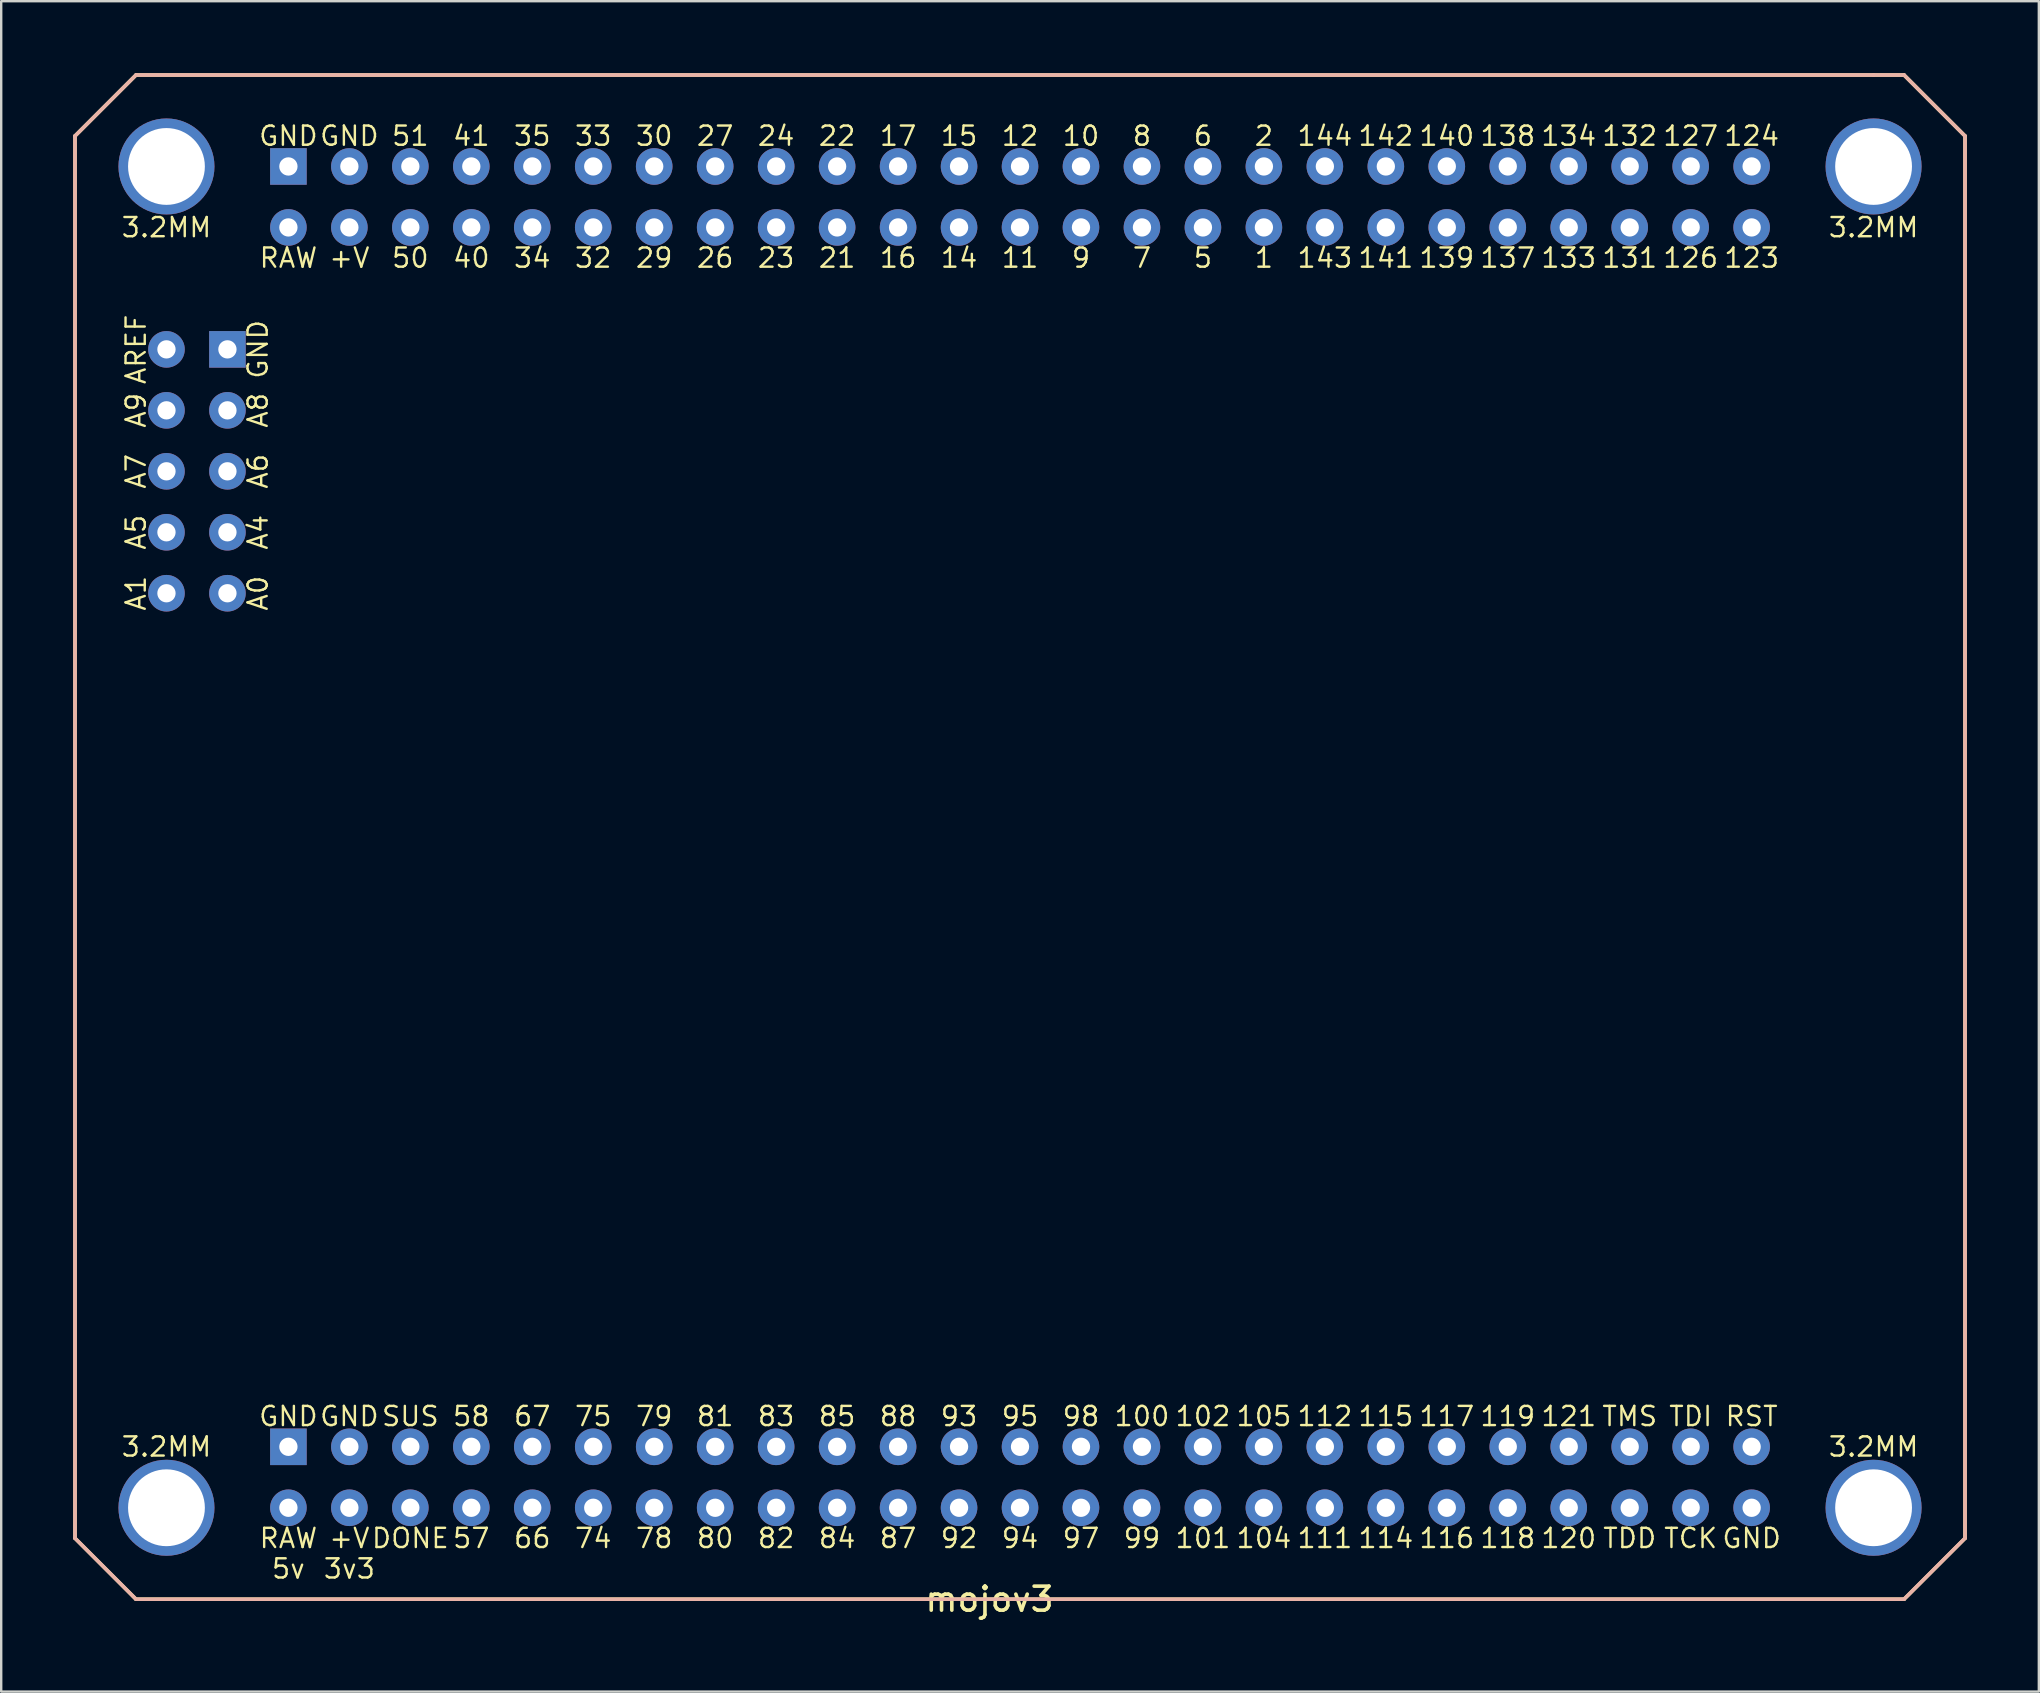
<source format=kicad_pcb>
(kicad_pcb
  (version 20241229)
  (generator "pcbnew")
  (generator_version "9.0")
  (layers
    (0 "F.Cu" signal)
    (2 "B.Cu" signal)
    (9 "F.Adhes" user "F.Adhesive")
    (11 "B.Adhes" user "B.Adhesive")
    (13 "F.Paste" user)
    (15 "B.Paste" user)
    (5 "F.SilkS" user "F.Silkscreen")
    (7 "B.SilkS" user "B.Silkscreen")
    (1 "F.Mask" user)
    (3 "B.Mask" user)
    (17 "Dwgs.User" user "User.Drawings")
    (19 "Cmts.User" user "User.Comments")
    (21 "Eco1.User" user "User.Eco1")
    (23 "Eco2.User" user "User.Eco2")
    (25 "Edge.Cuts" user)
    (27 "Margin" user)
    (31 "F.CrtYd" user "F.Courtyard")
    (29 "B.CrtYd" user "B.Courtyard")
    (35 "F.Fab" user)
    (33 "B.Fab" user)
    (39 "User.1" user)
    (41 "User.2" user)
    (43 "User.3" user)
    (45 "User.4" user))
  (footprint "mojov3"
    (layer "F.Cu")
    (at 38.175 25.475)
    (property "Reference" "mojov3" (at 0 38.1 0) (layer "F.SilkS") (effects (font (size 1 1) (thickness 0.15))))
    (attr through_hole)
    (fp_line (start -38.1 -22.86) (end -38.1 35.56) (stroke (width 0.15) (type solid)) (layer "F.SilkS"))
    (fp_line (start -38.1 -22.86) (end -35.56 -25.4) (stroke (width 0.15) (type solid)) (layer "F.SilkS"))
    (fp_line (start -38.1 35.56) (end -35.56 38.1) (stroke (width 0.15) (type solid)) (layer "F.SilkS"))
    (fp_line (start -35.56 -25.4) (end 36.83 -25.4) (stroke (width 0.15) (type solid)) (layer "F.SilkS"))
    (fp_line (start -35.56 38.1) (end 38.1 38.1) (stroke (width 0.15) (type solid)) (layer "F.SilkS"))
    (fp_line (start 36.83 -25.4) (end 38.1 -25.4) (stroke (width 0.15) (type solid)) (layer "F.SilkS"))
    (fp_line (start 38.1 -25.4) (end 40.64 -22.86) (stroke (width 0.15) (type solid)) (layer "F.SilkS"))
    (fp_line (start 40.64 -22.86) (end 40.64 35.56) (stroke (width 0.15) (type solid)) (layer "F.SilkS"))
    (fp_line (start 40.64 35.56) (end 38.1 38.1) (stroke (width 0.15) (type solid)) (layer "F.SilkS"))
    (fp_line (start -38.1 -22.86) (end -38.1 35.56) (stroke (width 0.15) (type solid)) (layer "B.SilkS"))
    (fp_line (start -38.1 -22.86) (end -35.56 -25.4) (stroke (width 0.15) (type solid)) (layer "B.SilkS"))
    (fp_line (start -38.1 35.56) (end -35.56 38.1) (stroke (width 0.15) (type solid)) (layer "B.SilkS"))
    (fp_line (start -35.56 -25.4) (end 36.83 -25.4) (stroke (width 0.15) (type solid)) (layer "B.SilkS"))
    (fp_line (start -35.56 38.1) (end 38.1 38.1) (stroke (width 0.15) (type solid)) (layer "B.SilkS"))
    (fp_line (start 36.83 -25.4) (end 38.1 -25.4) (stroke (width 0.15) (type solid)) (layer "B.SilkS"))
    (fp_line (start 38.1 -25.4) (end 40.64 -22.86) (stroke (width 0.15) (type solid)) (layer "B.SilkS"))
    (fp_line (start 40.64 -22.86) (end 40.64 35.56) (stroke (width 0.15) (type solid)) (layer "B.SilkS"))
    (fp_line (start 40.64 35.56) (end 38.1 38.1) (stroke (width 0.15) (type solid)) (layer "B.SilkS"))
    (fp_text user "94" (at 1.27 35.56 0) (layer "F.SilkS") (effects (font (size 0.8 0.8) (thickness 0.1))))
    (fp_text user "40" (at -21.59 -17.78 0) (layer "F.SilkS") (effects (font (size 0.8 0.8) (thickness 0.1))))
    (fp_text user "TDI" (at 29.21 30.48 0) (layer "F.SilkS") (effects (font (size 0.8 0.8) (thickness 0.1))))
    (fp_text user "115" (at 16.51 30.48 0) (layer "F.SilkS") (effects (font (size 0.8 0.8) (thickness 0.1))))
    (fp_text user "93" (at -1.27 30.48 0) (layer "F.SilkS") (effects (font (size 0.8 0.8) (thickness 0.1))))
    (fp_text user "104" (at 11.43 35.56 0) (layer "F.SilkS") (effects (font (size 0.8 0.8) (thickness 0.1))))
    (fp_text user "+V" (at -26.67 -17.78 0) (layer "F.SilkS") (effects (font (size 0.8 0.8) (thickness 0.1))))
    (fp_text user "GND" (at -29.21 30.48 0) (layer "F.SilkS") (effects (font (size 0.8 0.8) (thickness 0.1))))
    (fp_text user "A1" (at -35.56 -3.81 90) (layer "F.SilkS") (effects (font (size 0.8 0.8) (thickness 0.1))))
    (fp_text user "80" (at -11.43 35.56 0) (layer "F.SilkS") (effects (font (size 0.8 0.8) (thickness 0.1))))
    (fp_text user "TMS" (at 26.67 30.48 0) (layer "F.SilkS") (effects (font (size 0.8 0.8) (thickness 0.1))))
    (fp_text user "34" (at -19.05 -17.78 0) (layer "F.SilkS") (effects (font (size 0.8 0.8) (thickness 0.1))))
    (fp_text user "112" (at 13.97 30.48 0) (layer "F.SilkS") (effects (font (size 0.8 0.8) (thickness 0.1))))
    (fp_text user "50" (at -24.13 -17.78 0) (layer "F.SilkS") (effects (font (size 0.8 0.8) (thickness 0.1))))
    (fp_text user "138" (at 21.59 -22.86 0) (layer "F.SilkS") (effects (font (size 0.8 0.8) (thickness 0.1))))
    (fp_text user "88" (at -3.81 30.48 0) (layer "F.SilkS") (effects (font (size 0.8 0.8) (thickness 0.1))))
    (fp_text user "16" (at -3.81 -17.78 0) (layer "F.SilkS") (effects (font (size 0.8 0.8) (thickness 0.1))))
    (fp_text user "79" (at -13.97 30.48 0) (layer "F.SilkS") (effects (font (size 0.8 0.8) (thickness 0.1))))
    (fp_text user "+V" (at -26.67 35.56 0) (layer "F.SilkS") (effects (font (size 0.8 0.8) (thickness 0.1))))
    (fp_text user "67" (at -19.05 30.48 0) (layer "F.SilkS") (effects (font (size 0.8 0.8) (thickness 0.1))))
    (fp_text user "3v3" (at -26.67 36.83 0) (layer "F.SilkS") (effects (font (size 0.8 0.8) (thickness 0.1))))
    (fp_text user "3.2MM" (at 36.83 31.75 0) (layer "F.SilkS") (effects (font (size 0.8 0.8) (thickness 0.1))))
    (fp_text user "14" (at -1.27 -17.78 0) (layer "F.SilkS") (effects (font (size 0.8 0.8) (thickness 0.1))))
    (fp_text user "A5" (at -35.56 -6.35 90) (layer "F.SilkS") (effects (font (size 0.8 0.8) (thickness 0.1))))
    (fp_text user "51" (at -24.13 -22.86 0) (layer "F.SilkS") (effects (font (size 0.8 0.8) (thickness 0.1))))
    (fp_text user "82" (at -8.89 35.56 0) (layer "F.SilkS") (effects (font (size 0.8 0.8) (thickness 0.1))))
    (fp_text user "GND" (at -26.67 30.48 0) (layer "F.SilkS") (effects (font (size 0.8 0.8) (thickness 0.1))))
    (fp_text user "27" (at -11.43 -22.86 0) (layer "F.SilkS") (effects (font (size 0.8 0.8) (thickness 0.1))))
    (fp_text user "57" (at -21.59 35.56 0) (layer "F.SilkS") (effects (font (size 0.8 0.8) (thickness 0.1))))
    (fp_text user "GND" (at 31.75 35.56 0) (layer "F.SilkS") (effects (font (size 0.8 0.8) (thickness 0.1))))
    (fp_text user "66" (at -19.05 35.56 0) (layer "F.SilkS") (effects (font (size 0.8 0.8) (thickness 0.1))))
    (fp_text user "RAW" (at -29.21 35.56 0) (layer "F.SilkS") (effects (font (size 0.8 0.8) (thickness 0.1))))
    (fp_text user "17" (at -3.81 -22.86 0) (layer "F.SilkS") (effects (font (size 0.8 0.8) (thickness 0.1))))
    (fp_text user "35" (at -19.05 -22.86 0) (layer "F.SilkS") (effects (font (size 0.8 0.8) (thickness 0.1))))
    (fp_text user "24" (at -8.89 -22.86 0) (layer "F.SilkS") (effects (font (size 0.8 0.8) (thickness 0.1))))
    (fp_text user "133" (at 24.13 -17.78 0) (layer "F.SilkS") (effects (font (size 0.8 0.8) (thickness 0.1))))
    (fp_text user "3.2MM" (at -34.29 -19.05 0) (layer "F.SilkS") (effects (font (size 0.8 0.8) (thickness 0.1))))
    (fp_text user "GND" (at -29.21 -22.86 0) (layer "F.SilkS") (effects (font (size 0.8 0.8) (thickness 0.1))))
    (fp_text user "7" (at 6.35 -17.78 0) (layer "F.SilkS") (effects (font (size 0.8 0.8) (thickness 0.1))))
    (fp_text user "144" (at 13.97 -22.86 0) (layer "F.SilkS") (effects (font (size 0.8 0.8) (thickness 0.1))))
    (fp_text user "81" (at -11.43 30.48 0) (layer "F.SilkS") (effects (font (size 0.8 0.8) (thickness 0.1))))
    (fp_text user "131" (at 26.67 -17.78 0) (layer "F.SilkS") (effects (font (size 0.8 0.8) (thickness 0.1))))
    (fp_text user "101" (at 8.89 35.56 0) (layer "F.SilkS") (effects (font (size 0.8 0.8) (thickness 0.1))))
    (fp_text user "132" (at 26.67 -22.86 0) (layer "F.SilkS") (effects (font (size 0.8 0.8) (thickness 0.1))))
    (fp_text user "6" (at 8.89 -22.86 0) (layer "F.SilkS") (effects (font (size 0.8 0.8) (thickness 0.1))))
    (fp_text user "A9" (at -35.56 -11.43 90) (layer "F.SilkS") (effects (font (size 0.8 0.8) (thickness 0.1))))
    (fp_text user "A4" (at -30.48 -6.35 90) (layer "F.SilkS") (effects (font (size 0.8 0.8) (thickness 0.1))))
    (fp_text user "8" (at 6.35 -22.86 0) (layer "F.SilkS") (effects (font (size 0.8 0.8) (thickness 0.1))))
    (fp_text user "15" (at -1.27 -22.86 0) (layer "F.SilkS") (effects (font (size 0.8 0.8) (thickness 0.1))))
    (fp_text user "GND" (at -26.67 -22.86 0) (layer "F.SilkS") (effects (font (size 0.8 0.8) (thickness 0.1))))
    (fp_text user "126" (at 29.21 -17.78 0) (layer "F.SilkS") (effects (font (size 0.8 0.8) (thickness 0.1))))
    (fp_text user "58" (at -21.59 30.48 0) (layer "F.SilkS") (effects (font (size 0.8 0.8) (thickness 0.1))))
    (fp_text user "RAW" (at -29.21 -17.78 0) (layer "F.SilkS") (effects (font (size 0.8 0.8) (thickness 0.1))))
    (fp_text user "121" (at 24.13 30.48 0) (layer "F.SilkS") (effects (font (size 0.8 0.8) (thickness 0.1))))
    (fp_text user "3.2MM" (at -34.29 31.75 0) (layer "F.SilkS") (effects (font (size 0.8 0.8) (thickness 0.1))))
    (fp_text user "33" (at -16.51 -22.86 0) (layer "F.SilkS") (effects (font (size 0.8 0.8) (thickness 0.1))))
    (fp_text user "100" (at 6.35 30.48 0) (layer "F.SilkS") (effects (font (size 0.8 0.8) (thickness 0.1))))
    (fp_text user "5" (at 8.89 -17.78 0) (layer "F.SilkS") (effects (font (size 0.8 0.8) (thickness 0.1))))
    (fp_text user "32" (at -16.51 -17.78 0) (layer "F.SilkS") (effects (font (size 0.8 0.8) (thickness 0.1))))
    (fp_text user "1" (at 11.43 -17.78 0) (layer "F.SilkS") (effects (font (size 0.8 0.8) (thickness 0.1))))
    (fp_text user "124" (at 31.75 -22.86 0) (layer "F.SilkS") (effects (font (size 0.8 0.8) (thickness 0.1))))
    (fp_text user "117" (at 19.05 30.48 0) (layer "F.SilkS") (effects (font (size 0.8 0.8) (thickness 0.1))))
    (fp_text user "119" (at 21.59 30.48 0) (layer "F.SilkS") (effects (font (size 0.8 0.8) (thickness 0.1))))
    (fp_text user "143" (at 13.97 -17.78 0) (layer "F.SilkS") (effects (font (size 0.8 0.8) (thickness 0.1))))
    (fp_text user "9" (at 3.81 -17.78 0) (layer "F.SilkS") (effects (font (size 0.8 0.8) (thickness 0.1))))
    (fp_text user "114" (at 16.51 35.56 0) (layer "F.SilkS") (effects (font (size 0.8 0.8) (thickness 0.1))))
    (fp_text user "DONE" (at -24.13 35.56 0) (layer "F.SilkS") (effects (font (size 0.8 0.8) (thickness 0.1))))
    (fp_text user "92" (at -1.27 35.56 0) (layer "F.SilkS") (effects (font (size 0.8 0.8) (thickness 0.1))))
    (fp_text user "23" (at -8.89 -17.78 0) (layer "F.SilkS") (effects (font (size 0.8 0.8) (thickness 0.1))))
    (fp_text user "74" (at -16.51 35.56 0) (layer "F.SilkS") (effects (font (size 0.8 0.8) (thickness 0.1))))
    (fp_text user "75" (at -16.51 30.48 0) (layer "F.SilkS") (effects (font (size 0.8 0.8) (thickness 0.1))))
    (fp_text user "127" (at 29.21 -22.86 0) (layer "F.SilkS") (effects (font (size 0.8 0.8) (thickness 0.1))))
    (fp_text user "3.2MM" (at 36.83 -19.05 0) (layer "F.SilkS") (effects (font (size 0.8 0.8) (thickness 0.1))))
    (fp_text user "111" (at 13.97 35.56 0) (layer "F.SilkS") (effects (font (size 0.8 0.8) (thickness 0.1))))
    (fp_text user "116" (at 19.05 35.56 0) (layer "F.SilkS") (effects (font (size 0.8 0.8) (thickness 0.1))))
    (fp_text user "5v" (at -29.21 36.83 0) (layer "F.SilkS") (effects (font (size 0.8 0.8) (thickness 0.1))))
    (fp_text user "83" (at -8.89 30.48 0) (layer "F.SilkS") (effects (font (size 0.8 0.8) (thickness 0.1))))
    (fp_text user "12" (at 1.27 -22.86 0) (layer "F.SilkS") (effects (font (size 0.8 0.8) (thickness 0.1))))
    (fp_text user "134" (at 24.13 -22.86 0) (layer "F.SilkS") (effects (font (size 0.8 0.8) (thickness 0.1))))
    (fp_text user "137" (at 21.59 -17.78 0) (layer "F.SilkS") (effects (font (size 0.8 0.8) (thickness 0.1))))
    (fp_text user "84" (at -6.35 35.56 0) (layer "F.SilkS") (effects (font (size 0.8 0.8) (thickness 0.1))))
    (fp_text user "22" (at -6.35 -22.86 0) (layer "F.SilkS") (effects (font (size 0.8 0.8) (thickness 0.1))))
    (fp_text user "85" (at -6.35 30.48 0) (layer "F.SilkS") (effects (font (size 0.8 0.8) (thickness 0.1))))
    (fp_text user "11" (at 1.27 -17.78 0) (layer "F.SilkS") (effects (font (size 0.8 0.8) (thickness 0.1))))
    (fp_text user "29" (at -13.97 -17.78 0) (layer "F.SilkS") (effects (font (size 0.8 0.8) (thickness 0.1))))
    (fp_text user "SUS" (at -24.13 30.48 0) (layer "F.SilkS") (effects (font (size 0.8 0.8) (thickness 0.1))))
    (fp_text user "102" (at 8.89 30.48 0) (layer "F.SilkS") (effects (font (size 0.8 0.8) (thickness 0.1))))
    (fp_text user "TDD" (at 26.67 35.56 0) (layer "F.SilkS") (effects (font (size 0.8 0.8) (thickness 0.1))))
    (fp_text user "87" (at -3.81 35.56 0) (layer "F.SilkS") (effects (font (size 0.8 0.8) (thickness 0.1))))
    (fp_text user "142" (at 16.51 -22.86 0) (layer "F.SilkS") (effects (font (size 0.8 0.8) (thickness 0.1))))
    (fp_text user "95" (at 1.27 30.48 0) (layer "F.SilkS") (effects (font (size 0.8 0.8) (thickness 0.1))))
    (fp_text user "26" (at -11.43 -17.78 0) (layer "F.SilkS") (effects (font (size 0.8 0.8) (thickness 0.1))))
    (fp_text user "41" (at -21.59 -22.86 0) (layer "F.SilkS") (effects (font (size 0.8 0.8) (thickness 0.1))))
    (fp_text user "78" (at -13.97 35.56 0) (layer "F.SilkS") (effects (font (size 0.8 0.8) (thickness 0.1))))
    (fp_text user "21" (at -6.35 -17.78 0) (layer "F.SilkS") (effects (font (size 0.8 0.8) (thickness 0.1))))
    (fp_text user "99" (at 6.35 35.56 0) (layer "F.SilkS") (effects (font (size 0.8 0.8) (thickness 0.1))))
    (fp_text user "139" (at 19.05 -17.78 0) (layer "F.SilkS") (effects (font (size 0.8 0.8) (thickness 0.1))))
    (fp_text user "98" (at 3.81 30.48 0) (layer "F.SilkS") (effects (font (size 0.8 0.8) (thickness 0.1))))
    (fp_text user "A6" (at -30.48 -8.89 90) (layer "F.SilkS") (effects (font (size 0.8 0.8) (thickness 0.1))))
    (fp_text user "140" (at 19.05 -22.86 0) (layer "F.SilkS") (effects (font (size 0.8 0.8) (thickness 0.1))))
    (fp_text user "2" (at 11.43 -22.86 0) (layer "F.SilkS") (effects (font (size 0.8 0.8) (thickness 0.1))))
    (fp_text user "123" (at 31.75 -17.78 0) (layer "F.SilkS") (effects (font (size 0.8 0.8) (thickness 0.1))))
    (fp_text user "120" (at 24.13 35.56 0) (layer "F.SilkS") (effects (font (size 0.8 0.8) (thickness 0.1))))
    (fp_text user "97" (at 3.81 35.56 0) (layer "F.SilkS") (effects (font (size 0.8 0.8) (thickness 0.1))))
    (fp_text user "RST" (at 31.75 30.48 0) (layer "F.SilkS") (effects (font (size 0.8 0.8) (thickness 0.1))))
    (fp_text user "GND" (at -30.48 -13.97 90) (layer "F.SilkS") (effects (font (size 0.8 0.8) (thickness 0.1))))
    (fp_text user "A8" (at -30.48 -11.43 90) (layer "F.SilkS") (effects (font (size 0.8 0.8) (thickness 0.1))))
    (fp_text user "AREF" (at -35.56 -13.97 90) (layer "F.SilkS") (effects (font (size 0.8 0.8) (thickness 0.1))))
    (fp_text user "A7" (at -35.56 -8.89 90) (layer "F.SilkS") (effects (font (size 0.8 0.8) (thickness 0.1))))
    (fp_text user "10" (at 3.81 -22.86 0) (layer "F.SilkS") (effects (font (size 0.8 0.8) (thickness 0.1))))
    (fp_text user "TCK" (at 29.21 35.56 0) (layer "F.SilkS") (effects (font (size 0.8 0.8) (thickness 0.1))))
    (fp_text user "141" (at 16.51 -17.78 0) (layer "F.SilkS") (effects (font (size 0.8 0.8) (thickness 0.1))))
    (fp_text user "A0" (at -30.48 -3.81 90) (layer "F.SilkS") (effects (font (size 0.8 0.8) (thickness 0.1))))
    (fp_text user "105" (at 11.43 30.48 0) (layer "F.SilkS") (effects (font (size 0.8 0.8) (thickness 0.1))))
    (fp_text user "30" (at -13.97 -22.86 0) (layer "F.SilkS") (effects (font (size 0.8 0.8) (thickness 0.1))))
    (fp_text user "118" (at 21.59 35.56 0) (layer "F.SilkS") (effects (font (size 0.8 0.8) (thickness 0.1))))
    (pad "+V" thru_hole circle (at -26.67 -19.05) (size 1.524 1.524) (drill 0.762) (layers "*.Cu" "*.Mask"))
    (pad "+V" thru_hole circle (at -26.67 34.29) (size 1.524 1.524) (drill 0.762) (layers "*.Cu" "*.Mask"))
    (pad "1" thru_hole circle (at 11.43 -19.05) (size 1.524 1.524) (drill 0.762) (layers "*.Cu" "*.Mask"))
    (pad "2" thru_hole circle (at 11.43 -21.59) (size 1.524 1.524) (drill 0.762) (layers "*.Cu" "*.Mask"))
    (pad "5" thru_hole circle (at 8.89 -19.05) (size 1.524 1.524) (drill 0.762) (layers "*.Cu" "*.Mask"))
    (pad "6" thru_hole circle (at 8.89 -21.59) (size 1.524 1.524) (drill 0.762) (layers "*.Cu" "*.Mask"))
    (pad "7" thru_hole circle (at 6.35 -19.05) (size 1.524 1.524) (drill 0.762) (layers "*.Cu" "*.Mask"))
    (pad "8" thru_hole circle (at 6.35 -21.59) (size 1.524 1.524) (drill 0.762) (layers "*.Cu" "*.Mask"))
    (pad "9" thru_hole circle (at 3.81 -19.05) (size 1.524 1.524) (drill 0.762) (layers "*.Cu" "*.Mask"))
    (pad "10" thru_hole circle (at 3.81 -21.59) (size 1.524 1.524) (drill 0.762) (layers "*.Cu" "*.Mask"))
    (pad "11" thru_hole circle (at 1.27 -19.05) (size 1.524 1.524) (drill 0.762) (layers "*.Cu" "*.Mask"))
    (pad "12" thru_hole circle (at 1.27 -21.59) (size 1.524 1.524) (drill 0.762) (layers "*.Cu" "*.Mask"))
    (pad "14" thru_hole circle (at -1.27 -19.05) (size 1.524 1.524) (drill 0.762) (layers "*.Cu" "*.Mask"))
    (pad "15" thru_hole circle (at -1.27 -21.59) (size 1.524 1.524) (drill 0.762) (layers "*.Cu" "*.Mask"))
    (pad "16" thru_hole circle (at -3.81 -19.05) (size 1.524 1.524) (drill 0.762) (layers "*.Cu" "*.Mask"))
    (pad "17" thru_hole circle (at -3.81 -21.59) (size 1.524 1.524) (drill 0.762) (layers "*.Cu" "*.Mask"))
    (pad "21" thru_hole circle (at -6.35 -19.05) (size 1.524 1.524) (drill 0.762) (layers "*.Cu" "*.Mask"))
    (pad "22" thru_hole circle (at -6.35 -21.59) (size 1.524 1.524) (drill 0.762) (layers "*.Cu" "*.Mask"))
    (pad "23" thru_hole circle (at -8.89 -19.05) (size 1.524 1.524) (drill 0.762) (layers "*.Cu" "*.Mask"))
    (pad "24" thru_hole circle (at -8.89 -21.59) (size 1.524 1.524) (drill 0.762) (layers "*.Cu" "*.Mask"))
    (pad "26" thru_hole circle (at -11.43 -19.05) (size 1.524 1.524) (drill 0.762) (layers "*.Cu" "*.Mask"))
    (pad "27" thru_hole circle (at -11.43 -21.59) (size 1.524 1.524) (drill 0.762) (layers "*.Cu" "*.Mask"))
    (pad "29" thru_hole circle (at -13.97 -19.05) (size 1.524 1.524) (drill 0.762) (layers "*.Cu" "*.Mask"))
    (pad "30" thru_hole circle (at -13.97 -21.59) (size 1.524 1.524) (drill 0.762) (layers "*.Cu" "*.Mask"))
    (pad "32" thru_hole circle (at -16.51 -19.05) (size 1.524 1.524) (drill 0.762) (layers "*.Cu" "*.Mask"))
    (pad "33" thru_hole circle (at -16.51 -21.59) (size 1.524 1.524) (drill 0.762) (layers "*.Cu" "*.Mask"))
    (pad "34" thru_hole circle (at -19.05 -19.05) (size 1.524 1.524) (drill 0.762) (layers "*.Cu" "*.Mask"))
    (pad "35" thru_hole circle (at -19.05 -21.59) (size 1.524 1.524) (drill 0.762) (layers "*.Cu" "*.Mask"))
    (pad "40" thru_hole circle (at -21.59 -19.05) (size 1.524 1.524) (drill 0.762) (layers "*.Cu" "*.Mask"))
    (pad "41" thru_hole circle (at -21.59 -21.59) (size 1.524 1.524) (drill 0.762) (layers "*.Cu" "*.Mask"))
    (pad "50" thru_hole circle (at -24.13 -19.05) (size 1.524 1.524) (drill 0.762) (layers "*.Cu" "*.Mask"))
    (pad "51" thru_hole circle (at -24.13 -21.59) (size 1.524 1.524) (drill 0.762) (layers "*.Cu" "*.Mask"))
    (pad "57" thru_hole circle (at -21.59 34.29) (size 1.524 1.524) (drill 0.762) (layers "*.Cu" "*.Mask"))
    (pad "58" thru_hole circle (at -21.59 31.75) (size 1.524 1.524) (drill 0.762) (layers "*.Cu" "*.Mask"))
    (pad "66" thru_hole circle (at -19.05 34.29) (size 1.524 1.524) (drill 0.762) (layers "*.Cu" "*.Mask"))
    (pad "67" thru_hole circle (at -19.05 31.75) (size 1.524 1.524) (drill 0.762) (layers "*.Cu" "*.Mask"))
    (pad "74" thru_hole circle (at -16.51 34.29) (size 1.524 1.524) (drill 0.762) (layers "*.Cu" "*.Mask"))
    (pad "75" thru_hole circle (at -16.51 31.75) (size 1.524 1.524) (drill 0.762) (layers "*.Cu" "*.Mask"))
    (pad "78" thru_hole circle (at -13.97 34.29) (size 1.524 1.524) (drill 0.762) (layers "*.Cu" "*.Mask"))
    (pad "79" thru_hole circle (at -13.97 31.75) (size 1.524 1.524) (drill 0.762) (layers "*.Cu" "*.Mask"))
    (pad "80" thru_hole circle (at -11.43 34.29) (size 1.524 1.524) (drill 0.762) (layers "*.Cu" "*.Mask"))
    (pad "81" thru_hole circle (at -11.43 31.75) (size 1.524 1.524) (drill 0.762) (layers "*.Cu" "*.Mask"))
    (pad "82" thru_hole circle (at -8.89 34.29) (size 1.524 1.524) (drill 0.762) (layers "*.Cu" "*.Mask"))
    (pad "83" thru_hole circle (at -8.89 31.75) (size 1.524 1.524) (drill 0.762) (layers "*.Cu" "*.Mask"))
    (pad "84" thru_hole circle (at -6.35 34.29) (size 1.524 1.524) (drill 0.762) (layers "*.Cu" "*.Mask"))
    (pad "85" thru_hole circle (at -6.35 31.75) (size 1.524 1.524) (drill 0.762) (layers "*.Cu" "*.Mask"))
    (pad "87" thru_hole circle (at -3.81 34.29) (size 1.524 1.524) (drill 0.762) (layers "*.Cu" "*.Mask"))
    (pad "88" thru_hole circle (at -3.81 31.75) (size 1.524 1.524) (drill 0.762) (layers "*.Cu" "*.Mask"))
    (pad "92" thru_hole circle (at -1.27 34.29) (size 1.524 1.524) (drill 0.762) (layers "*.Cu" "*.Mask"))
    (pad "93" thru_hole circle (at -1.27 31.75) (size 1.524 1.524) (drill 0.762) (layers "*.Cu" "*.Mask"))
    (pad "94" thru_hole circle (at 1.27 34.29) (size 1.524 1.524) (drill 0.762) (layers "*.Cu" "*.Mask"))
    (pad "95" thru_hole circle (at 1.27 31.75) (size 1.524 1.524) (drill 0.762) (layers "*.Cu" "*.Mask"))
    (pad "97" thru_hole circle (at 3.81 34.29) (size 1.524 1.524) (drill 0.762) (layers "*.Cu" "*.Mask"))
    (pad "98" thru_hole circle (at 3.81 31.75) (size 1.524 1.524) (drill 0.762) (layers "*.Cu" "*.Mask"))
    (pad "99" thru_hole circle (at 6.35 34.29) (size 1.524 1.524) (drill 0.762) (layers "*.Cu" "*.Mask"))
    (pad "100" thru_hole circle (at 6.35 31.75) (size 1.524 1.524) (drill 0.762) (layers "*.Cu" "*.Mask"))
    (pad "101" thru_hole circle (at 8.89 34.29) (size 1.524 1.524) (drill 0.762) (layers "*.Cu" "*.Mask"))
    (pad "102" thru_hole circle (at 8.89 31.75) (size 1.524 1.524) (drill 0.762) (layers "*.Cu" "*.Mask"))
    (pad "104" thru_hole circle (at 11.43 34.29) (size 1.524 1.524) (drill 0.762) (layers "*.Cu" "*.Mask"))
    (pad "105" thru_hole circle (at 11.43 31.75) (size 1.524 1.524) (drill 0.762) (layers "*.Cu" "*.Mask"))
    (pad "111" thru_hole circle (at 13.97 34.29) (size 1.524 1.524) (drill 0.762) (layers "*.Cu" "*.Mask"))
    (pad "112" thru_hole circle (at 13.97 31.75) (size 1.524 1.524) (drill 0.762) (layers "*.Cu" "*.Mask"))
    (pad "114" thru_hole circle (at 16.51 34.29) (size 1.524 1.524) (drill 0.762) (layers "*.Cu" "*.Mask"))
    (pad "115" thru_hole circle (at 16.51 31.75) (size 1.524 1.524) (drill 0.762) (layers "*.Cu" "*.Mask"))
    (pad "116" thru_hole circle (at 19.05 34.29) (size 1.524 1.524) (drill 0.762) (layers "*.Cu" "*.Mask"))
    (pad "117" thru_hole circle (at 19.05 31.75) (size 1.524 1.524) (drill 0.762) (layers "*.Cu" "*.Mask"))
    (pad "118" thru_hole circle (at 21.59 34.29) (size 1.524 1.524) (drill 0.762) (layers "*.Cu" "*.Mask"))
    (pad "119" thru_hole circle (at 21.59 31.75) (size 1.524 1.524) (drill 0.762) (layers "*.Cu" "*.Mask"))
    (pad "120" thru_hole circle (at 24.13 34.29) (size 1.524 1.524) (drill 0.762) (layers "*.Cu" "*.Mask"))
    (pad "121" thru_hole circle (at 24.13 31.75) (size 1.524 1.524) (drill 0.762) (layers "*.Cu" "*.Mask"))
    (pad "123" thru_hole circle (at 31.75 -19.05) (size 1.524 1.524) (drill 0.762) (layers "*.Cu" "*.Mask"))
    (pad "124" thru_hole circle (at 31.75 -21.59) (size 1.524 1.524) (drill 0.762) (layers "*.Cu" "*.Mask"))
    (pad "126" thru_hole circle (at 29.21 -19.05) (size 1.524 1.524) (drill 0.762) (layers "*.Cu" "*.Mask"))
    (pad "127" thru_hole circle (at 29.21 -21.59) (size 1.524 1.524) (drill 0.762) (layers "*.Cu" "*.Mask"))
    (pad "131" thru_hole circle (at 26.67 -19.05) (size 1.524 1.524) (drill 0.762) (layers "*.Cu" "*.Mask"))
    (pad "132" thru_hole circle (at 26.67 -21.59) (size 1.524 1.524) (drill 0.762) (layers "*.Cu" "*.Mask"))
    (pad "133" thru_hole circle (at 24.13 -19.05) (size 1.524 1.524) (drill 0.762) (layers "*.Cu" "*.Mask"))
    (pad "134" thru_hole circle (at 24.13 -21.59) (size 1.524 1.524) (drill 0.762) (layers "*.Cu" "*.Mask"))
    (pad "137" thru_hole circle (at 21.59 -19.05) (size 1.524 1.524) (drill 0.762) (layers "*.Cu" "*.Mask"))
    (pad "138" thru_hole circle (at 21.59 -21.59) (size 1.524 1.524) (drill 0.762) (layers "*.Cu" "*.Mask"))
    (pad "139" thru_hole circle (at 19.05 -19.05) (size 1.524 1.524) (drill 0.762) (layers "*.Cu" "*.Mask"))
    (pad "140" thru_hole circle (at 19.05 -21.59) (size 1.524 1.524) (drill 0.762) (layers "*.Cu" "*.Mask"))
    (pad "141" thru_hole circle (at 16.51 -19.05) (size 1.524 1.524) (drill 0.762) (layers "*.Cu" "*.Mask"))
    (pad "142" thru_hole circle (at 16.51 -21.59) (size 1.524 1.524) (drill 0.762) (layers "*.Cu" "*.Mask"))
    (pad "143" thru_hole circle (at 13.97 -19.05) (size 1.524 1.524) (drill 0.762) (layers "*.Cu" "*.Mask"))
    (pad "144" thru_hole circle (at 13.97 -21.59) (size 1.524 1.524) (drill 0.762) (layers "*.Cu" "*.Mask"))
    (pad "A0" thru_hole circle (at -31.75 -3.81) (size 1.524 1.524) (drill 0.762) (layers "*.Cu" "*.Mask"))
    (pad "A1" thru_hole circle (at -34.29 -3.81) (size 1.524 1.524) (drill 0.762) (layers "*.Cu" "*.Mask"))
    (pad "A4" thru_hole circle (at -31.75 -6.35) (size 1.524 1.524) (drill 0.762) (layers "*.Cu" "*.Mask"))
    (pad "A5" thru_hole circle (at -34.29 -6.35) (size 1.524 1.524) (drill 0.762) (layers "*.Cu" "*.Mask"))
    (pad "A6" thru_hole circle (at -31.75 -8.89) (size 1.524 1.524) (drill 0.762) (layers "*.Cu" "*.Mask"))
    (pad "A7" thru_hole circle (at -34.29 -8.89) (size 1.524 1.524) (drill 0.762) (layers "*.Cu" "*.Mask"))
    (pad "A8" thru_hole circle (at -31.75 -11.43) (size 1.524 1.524) (drill 0.762) (layers "*.Cu" "*.Mask"))
    (pad "A9" thru_hole circle (at -34.29 -11.43) (size 1.524 1.524) (drill 0.762) (layers "*.Cu" "*.Mask"))
    (pad "AREF" thru_hole circle (at -34.29 -13.97) (size 1.524 1.524) (drill 0.762) (layers "*.Cu" "*.Mask"))
    (pad "DONE" thru_hole circle (at -24.13 34.29) (size 1.524 1.524) (drill 0.762) (layers "*.Cu" "*.Mask"))
    (pad "GND" thru_hole rect (at -31.75 -13.97) (size 1.524 1.524) (drill 0.762) (layers "*.Cu" "*.Mask"))
    (pad "GND" thru_hole rect (at -29.21 -21.59) (size 1.524 1.524) (drill 0.762) (layers "*.Cu" "*.Mask"))
    (pad "GND" thru_hole rect (at -29.21 31.75) (size 1.524 1.524) (drill 0.762) (layers "*.Cu" "*.Mask"))
    (pad "GND" thru_hole circle (at -26.67 -21.59) (size 1.524 1.524) (drill 0.762) (layers "*.Cu" "*.Mask"))
    (pad "GND" thru_hole circle (at -26.67 31.75) (size 1.524 1.524) (drill 0.762) (layers "*.Cu" "*.Mask"))
    (pad "GND" thru_hole circle (at 31.75 34.29) (size 1.524 1.524) (drill 0.762) (layers "*.Cu" "*.Mask"))
    (pad "GND~" thru_hole circle (at -34.29 -21.59) (size 4 4) (drill 3.2) (layers "*.Cu" "*.Mask"))
    (pad "GND~" thru_hole circle (at -34.29 34.29) (size 4 4) (drill 3.2) (layers "*.Cu" "*.Mask"))
    (pad "GND~" thru_hole circle (at 36.83 -21.59) (size 4 4) (drill 3.2) (layers "*.Cu" "*.Mask"))
    (pad "GND~" thru_hole circle (at 36.83 34.29) (size 4 4) (drill 3.2) (layers "*.Cu" "*.Mask"))
    (pad "RAW" thru_hole circle (at -29.21 -19.05) (size 1.524 1.524) (drill 0.762) (layers "*.Cu" "*.Mask"))
    (pad "RAW" thru_hole circle (at -29.21 34.29) (size 1.524 1.524) (drill 0.762) (layers "*.Cu" "*.Mask"))
    (pad "RST" thru_hole circle (at 31.75 31.75) (size 1.524 1.524) (drill 0.762) (layers "*.Cu" "*.Mask"))
    (pad "SUS" thru_hole circle (at -24.13 31.75) (size 1.524 1.524) (drill 0.762) (layers "*.Cu" "*.Mask"))
    (pad "TCK" thru_hole circle (at 29.21 34.29) (size 1.524 1.524) (drill 0.762) (layers "*.Cu" "*.Mask"))
    (pad "TDD" thru_hole circle (at 26.67 34.29) (size 1.524 1.524) (drill 0.762) (layers "*.Cu" "*.Mask"))
    (pad "TDI" thru_hole circle (at 29.21 31.75) (size 1.524 1.524) (drill 0.762) (layers "*.Cu" "*.Mask"))
    (pad "TMS" thru_hole circle (at 26.67 31.75) (size 1.524 1.524) (drill 0.762) (layers "*.Cu" "*.Mask")))
  (gr_rect
    (start -3 -3)
    (end 81.89 67.423)
    (stroke (width 0.1) (type default))
    (fill no)
    (layer "Edge.Cuts")))
</source>
